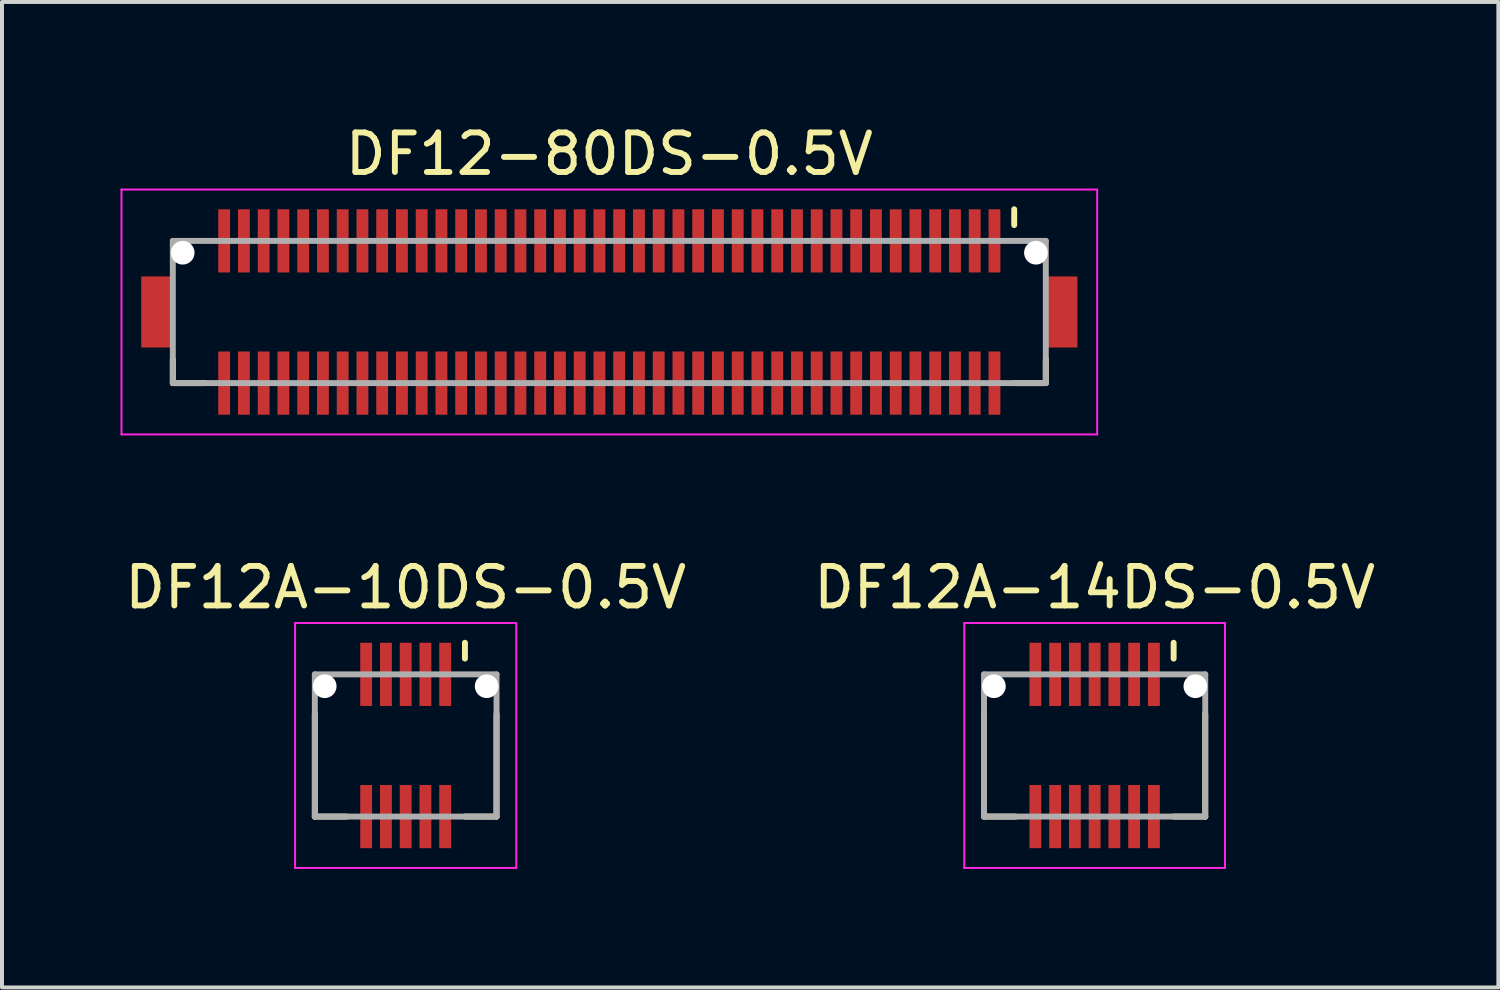
<source format=kicad_pcb>
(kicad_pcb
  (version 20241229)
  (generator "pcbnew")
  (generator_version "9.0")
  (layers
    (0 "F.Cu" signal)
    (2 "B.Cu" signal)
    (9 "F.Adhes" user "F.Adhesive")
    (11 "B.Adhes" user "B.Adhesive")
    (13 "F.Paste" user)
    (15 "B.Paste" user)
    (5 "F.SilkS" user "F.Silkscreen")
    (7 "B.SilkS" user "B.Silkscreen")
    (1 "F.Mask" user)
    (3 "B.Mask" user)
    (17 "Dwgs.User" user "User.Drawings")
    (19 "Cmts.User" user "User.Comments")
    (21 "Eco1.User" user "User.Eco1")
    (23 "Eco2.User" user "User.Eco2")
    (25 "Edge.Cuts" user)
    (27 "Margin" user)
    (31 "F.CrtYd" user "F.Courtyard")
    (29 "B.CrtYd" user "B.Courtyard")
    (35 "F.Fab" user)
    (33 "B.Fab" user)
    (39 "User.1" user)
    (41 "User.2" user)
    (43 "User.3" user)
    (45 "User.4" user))
  (footprint "DF12A-10DS-0.5V"
    (layer "F.Cu")
    (at 7.22 15.822)
    (property "Reference" "DF12A-10DS-0.5V" (at 0 -4 0) (layer "F.SilkS") (effects (font (size 1 1) (thickness 0.15))))
    (attr smd)
    (fp_line (start -2.3 -0.8) (end -2.3 1.8) (stroke (width 0.15) (type solid)) (layer "F.SilkS"))
    (fp_line (start -2.3 1.8) (end -1.5 1.8) (stroke (width 0.15) (type solid)) (layer "F.SilkS"))
    (fp_line (start 1.5 -2.6) (end 1.5 -2.2) (stroke (width 0.15) (type solid)) (layer "F.SilkS"))
    (fp_line (start 1.5 1.8) (end 2.3 1.8) (stroke (width 0.15) (type solid)) (layer "F.SilkS"))
    (fp_line (start 2.3 -0.8) (end 2.3 1.8) (stroke (width 0.15) (type solid)) (layer "F.SilkS"))
    (fp_line (start -2.8 -3.1) (end -2.8 3.1) (stroke (width 0.05) (type solid)) (layer "F.CrtYd"))
    (fp_line (start -2.8 -3.1) (end 2.8 -3.1) (stroke (width 0.05) (type solid)) (layer "F.CrtYd"))
    (fp_line (start -2.8 3.1) (end 2.8 3.1) (stroke (width 0.05) (type solid)) (layer "F.CrtYd"))
    (fp_line (start 2.8 -3.1) (end 2.8 3.1) (stroke (width 0.05) (type solid)) (layer "F.CrtYd"))
    (fp_line (start -2.3 -1.8) (end -2.3 1.8) (stroke (width 0.15) (type solid)) (layer "F.Fab"))
    (fp_line (start -2.3 -1.8) (end 2.3 -1.8) (stroke (width 0.15) (type solid)) (layer "F.Fab"))
    (fp_line (start -2.3 1.8) (end 2.3 1.8) (stroke (width 0.15) (type solid)) (layer "F.Fab"))
    (fp_line (start 2.3 -1.8) (end 2.3 1.8) (stroke (width 0.15) (type solid)) (layer "F.Fab"))
    (pad "" np_thru_hole circle (at -2.05 -1.5) (size 0.6 0.6) (drill 0.6) (layers "*.Cu" "*.Mask"))
    (pad "" np_thru_hole circle (at 2.05 -1.5) (size 0.6 0.6) (drill 0.6) (layers "*.Cu" "*.Mask"))
    (pad "1" smd rect (at 1 -1.8) (size 0.3 1.6) (layers "F.Cu" "F.Mask" "F.Paste"))
    (pad "2" smd rect (at 1 1.8) (size 0.3 1.6) (layers "F.Cu" "F.Mask" "F.Paste"))
    (pad "3" smd rect (at 0.5 -1.8) (size 0.3 1.6) (layers "F.Cu" "F.Mask" "F.Paste"))
    (pad "4" smd rect (at 0.5 1.8) (size 0.3 1.6) (layers "F.Cu" "F.Mask" "F.Paste"))
    (pad "5" smd rect (at 0 -1.8) (size 0.3 1.6) (layers "F.Cu" "F.Mask" "F.Paste"))
    (pad "6" smd rect (at 0 1.8) (size 0.3 1.6) (layers "F.Cu" "F.Mask" "F.Paste"))
    (pad "7" smd rect (at -0.5 -1.8) (size 0.3 1.6) (layers "F.Cu" "F.Mask" "F.Paste"))
    (pad "8" smd rect (at -0.5 1.8) (size 0.3 1.6) (layers "F.Cu" "F.Mask" "F.Paste"))
    (pad "9" smd rect (at -1 -1.8) (size 0.3 1.6) (layers "F.Cu" "F.Mask" "F.Paste"))
    (pad "10" smd rect (at -1 1.8) (size 0.3 1.6) (layers "F.Cu" "F.Mask" "F.Paste")))
  (footprint "DF12-80DS-0.5V"
    (layer "F.Cu")
    (at 12.375 4.848)
    (property "Reference" "DF12-80DS-0.5V" (at 0 -4 0) (layer "F.SilkS") (effects (font (size 1 1) (thickness 0.15))))
    (attr smd)
    (fp_line (start -11.05 1.2) (end -11.05 1.8) (stroke (width 0.15) (type solid)) (layer "F.SilkS"))
    (fp_line (start -11.05 1.8) (end -10.25 1.8) (stroke (width 0.15) (type solid)) (layer "F.SilkS"))
    (fp_line (start 10.25 -2.6) (end 10.25 -2.2) (stroke (width 0.15) (type solid)) (layer "F.SilkS"))
    (fp_line (start 10.25 1.8) (end 11.05 1.8) (stroke (width 0.15) (type solid)) (layer "F.SilkS"))
    (fp_line (start 11.05 1.2) (end 11.05 1.8) (stroke (width 0.15) (type solid)) (layer "F.SilkS"))
    (fp_line (start -12.35 -3.1) (end -12.35 3.1) (stroke (width 0.05) (type solid)) (layer "F.CrtYd"))
    (fp_line (start -12.35 -3.1) (end 12.35 -3.1) (stroke (width 0.05) (type solid)) (layer "F.CrtYd"))
    (fp_line (start -12.35 3.1) (end 12.35 3.1) (stroke (width 0.05) (type solid)) (layer "F.CrtYd"))
    (fp_line (start 12.35 -3.1) (end 12.35 3.1) (stroke (width 0.05) (type solid)) (layer "F.CrtYd"))
    (fp_line (start -11.05 -1.8) (end -11.05 1.8) (stroke (width 0.15) (type solid)) (layer "F.Fab"))
    (fp_line (start -11.05 -1.8) (end 11.05 -1.8) (stroke (width 0.15) (type solid)) (layer "F.Fab"))
    (fp_line (start -11.05 1.8) (end 11.05 1.8) (stroke (width 0.15) (type solid)) (layer "F.Fab"))
    (fp_line (start 11.05 -1.8) (end 11.05 1.8) (stroke (width 0.15) (type solid)) (layer "F.Fab"))
    (pad "" np_thru_hole circle (at -10.8 -1.5) (size 0.6 0.6) (drill 0.6) (layers "*.Cu" "*.Mask"))
    (pad "" np_thru_hole circle (at 10.8 -1.5) (size 0.6 0.6) (drill 0.6) (layers "*.Cu" "*.Mask"))
    (pad "1" smd rect (at 9.75 -1.8) (size 0.3 1.6) (layers "F.Cu" "F.Mask" "F.Paste"))
    (pad "2" smd rect (at 9.75 1.8) (size 0.3 1.6) (layers "F.Cu" "F.Mask" "F.Paste"))
    (pad "3" smd rect (at 9.25 -1.8) (size 0.3 1.6) (layers "F.Cu" "F.Mask" "F.Paste"))
    (pad "4" smd rect (at 9.25 1.8) (size 0.3 1.6) (layers "F.Cu" "F.Mask" "F.Paste"))
    (pad "5" smd rect (at 8.75 -1.8) (size 0.3 1.6) (layers "F.Cu" "F.Mask" "F.Paste"))
    (pad "6" smd rect (at 8.75 1.8) (size 0.3 1.6) (layers "F.Cu" "F.Mask" "F.Paste"))
    (pad "7" smd rect (at 8.25 -1.8) (size 0.3 1.6) (layers "F.Cu" "F.Mask" "F.Paste"))
    (pad "8" smd rect (at 8.25 1.8) (size 0.3 1.6) (layers "F.Cu" "F.Mask" "F.Paste"))
    (pad "9" smd rect (at 7.75 -1.8) (size 0.3 1.6) (layers "F.Cu" "F.Mask" "F.Paste"))
    (pad "10" smd rect (at 7.75 1.8) (size 0.3 1.6) (layers "F.Cu" "F.Mask" "F.Paste"))
    (pad "11" smd rect (at 7.25 -1.8) (size 0.3 1.6) (layers "F.Cu" "F.Mask" "F.Paste"))
    (pad "12" smd rect (at 7.25 1.8) (size 0.3 1.6) (layers "F.Cu" "F.Mask" "F.Paste"))
    (pad "13" smd rect (at 6.75 -1.8) (size 0.3 1.6) (layers "F.Cu" "F.Mask" "F.Paste"))
    (pad "14" smd rect (at 6.75 1.8) (size 0.3 1.6) (layers "F.Cu" "F.Mask" "F.Paste"))
    (pad "15" smd rect (at 6.25 -1.8) (size 0.3 1.6) (layers "F.Cu" "F.Mask" "F.Paste"))
    (pad "16" smd rect (at 6.25 1.8) (size 0.3 1.6) (layers "F.Cu" "F.Mask" "F.Paste"))
    (pad "17" smd rect (at 5.75 -1.8) (size 0.3 1.6) (layers "F.Cu" "F.Mask" "F.Paste"))
    (pad "18" smd rect (at 5.75 1.8) (size 0.3 1.6) (layers "F.Cu" "F.Mask" "F.Paste"))
    (pad "19" smd rect (at 5.25 -1.8) (size 0.3 1.6) (layers "F.Cu" "F.Mask" "F.Paste"))
    (pad "20" smd rect (at 5.25 1.8) (size 0.3 1.6) (layers "F.Cu" "F.Mask" "F.Paste"))
    (pad "21" smd rect (at 4.75 -1.8) (size 0.3 1.6) (layers "F.Cu" "F.Mask" "F.Paste"))
    (pad "22" smd rect (at 4.75 1.8) (size 0.3 1.6) (layers "F.Cu" "F.Mask" "F.Paste"))
    (pad "23" smd rect (at 4.25 -1.8) (size 0.3 1.6) (layers "F.Cu" "F.Mask" "F.Paste"))
    (pad "24" smd rect (at 4.25 1.8) (size 0.3 1.6) (layers "F.Cu" "F.Mask" "F.Paste"))
    (pad "25" smd rect (at 3.75 -1.8) (size 0.3 1.6) (layers "F.Cu" "F.Mask" "F.Paste"))
    (pad "26" smd rect (at 3.75 1.8) (size 0.3 1.6) (layers "F.Cu" "F.Mask" "F.Paste"))
    (pad "27" smd rect (at 3.25 -1.8) (size 0.3 1.6) (layers "F.Cu" "F.Mask" "F.Paste"))
    (pad "28" smd rect (at 3.25 1.8) (size 0.3 1.6) (layers "F.Cu" "F.Mask" "F.Paste"))
    (pad "29" smd rect (at 2.75 -1.8) (size 0.3 1.6) (layers "F.Cu" "F.Mask" "F.Paste"))
    (pad "30" smd rect (at 2.75 1.8) (size 0.3 1.6) (layers "F.Cu" "F.Mask" "F.Paste"))
    (pad "31" smd rect (at 2.25 -1.8) (size 0.3 1.6) (layers "F.Cu" "F.Mask" "F.Paste"))
    (pad "32" smd rect (at 2.25 1.8) (size 0.3 1.6) (layers "F.Cu" "F.Mask" "F.Paste"))
    (pad "33" smd rect (at 1.75 -1.8) (size 0.3 1.6) (layers "F.Cu" "F.Mask" "F.Paste"))
    (pad "34" smd rect (at 1.75 1.8) (size 0.3 1.6) (layers "F.Cu" "F.Mask" "F.Paste"))
    (pad "35" smd rect (at 1.25 -1.8) (size 0.3 1.6) (layers "F.Cu" "F.Mask" "F.Paste"))
    (pad "36" smd rect (at 1.25 1.8) (size 0.3 1.6) (layers "F.Cu" "F.Mask" "F.Paste"))
    (pad "37" smd rect (at 0.75 -1.8) (size 0.3 1.6) (layers "F.Cu" "F.Mask" "F.Paste"))
    (pad "38" smd rect (at 0.75 1.8) (size 0.3 1.6) (layers "F.Cu" "F.Mask" "F.Paste"))
    (pad "39" smd rect (at 0.25 -1.8) (size 0.3 1.6) (layers "F.Cu" "F.Mask" "F.Paste"))
    (pad "40" smd rect (at 0.25 1.8) (size 0.3 1.6) (layers "F.Cu" "F.Mask" "F.Paste"))
    (pad "41" smd rect (at -0.25 -1.8) (size 0.3 1.6) (layers "F.Cu" "F.Mask" "F.Paste"))
    (pad "42" smd rect (at -0.25 1.8) (size 0.3 1.6) (layers "F.Cu" "F.Mask" "F.Paste"))
    (pad "43" smd rect (at -0.75 -1.8) (size 0.3 1.6) (layers "F.Cu" "F.Mask" "F.Paste"))
    (pad "44" smd rect (at -0.75 1.8) (size 0.3 1.6) (layers "F.Cu" "F.Mask" "F.Paste"))
    (pad "45" smd rect (at -1.25 -1.8) (size 0.3 1.6) (layers "F.Cu" "F.Mask" "F.Paste"))
    (pad "46" smd rect (at -1.25 1.8) (size 0.3 1.6) (layers "F.Cu" "F.Mask" "F.Paste"))
    (pad "47" smd rect (at -1.75 -1.8) (size 0.3 1.6) (layers "F.Cu" "F.Mask" "F.Paste"))
    (pad "48" smd rect (at -1.75 1.8) (size 0.3 1.6) (layers "F.Cu" "F.Mask" "F.Paste"))
    (pad "49" smd rect (at -2.25 -1.8) (size 0.3 1.6) (layers "F.Cu" "F.Mask" "F.Paste"))
    (pad "50" smd rect (at -2.25 1.8) (size 0.3 1.6) (layers "F.Cu" "F.Mask" "F.Paste"))
    (pad "51" smd rect (at -2.75 -1.8) (size 0.3 1.6) (layers "F.Cu" "F.Mask" "F.Paste"))
    (pad "52" smd rect (at -2.75 1.8) (size 0.3 1.6) (layers "F.Cu" "F.Mask" "F.Paste"))
    (pad "53" smd rect (at -3.25 -1.8) (size 0.3 1.6) (layers "F.Cu" "F.Mask" "F.Paste"))
    (pad "54" smd rect (at -3.25 1.8) (size 0.3 1.6) (layers "F.Cu" "F.Mask" "F.Paste"))
    (pad "55" smd rect (at -3.75 -1.8) (size 0.3 1.6) (layers "F.Cu" "F.Mask" "F.Paste"))
    (pad "56" smd rect (at -3.75 1.8) (size 0.3 1.6) (layers "F.Cu" "F.Mask" "F.Paste"))
    (pad "57" smd rect (at -4.25 -1.8) (size 0.3 1.6) (layers "F.Cu" "F.Mask" "F.Paste"))
    (pad "58" smd rect (at -4.25 1.8) (size 0.3 1.6) (layers "F.Cu" "F.Mask" "F.Paste"))
    (pad "59" smd rect (at -4.75 -1.8) (size 0.3 1.6) (layers "F.Cu" "F.Mask" "F.Paste"))
    (pad "60" smd rect (at -4.75 1.8) (size 0.3 1.6) (layers "F.Cu" "F.Mask" "F.Paste"))
    (pad "61" smd rect (at -5.25 -1.8) (size 0.3 1.6) (layers "F.Cu" "F.Mask" "F.Paste"))
    (pad "62" smd rect (at -5.25 1.8) (size 0.3 1.6) (layers "F.Cu" "F.Mask" "F.Paste"))
    (pad "63" smd rect (at -5.75 -1.8) (size 0.3 1.6) (layers "F.Cu" "F.Mask" "F.Paste"))
    (pad "64" smd rect (at -5.75 1.8) (size 0.3 1.6) (layers "F.Cu" "F.Mask" "F.Paste"))
    (pad "65" smd rect (at -6.25 -1.8) (size 0.3 1.6) (layers "F.Cu" "F.Mask" "F.Paste"))
    (pad "66" smd rect (at -6.25 1.8) (size 0.3 1.6) (layers "F.Cu" "F.Mask" "F.Paste"))
    (pad "67" smd rect (at -6.75 -1.8) (size 0.3 1.6) (layers "F.Cu" "F.Mask" "F.Paste"))
    (pad "68" smd rect (at -6.75 1.8) (size 0.3 1.6) (layers "F.Cu" "F.Mask" "F.Paste"))
    (pad "69" smd rect (at -7.25 -1.8) (size 0.3 1.6) (layers "F.Cu" "F.Mask" "F.Paste"))
    (pad "70" smd rect (at -7.25 1.8) (size 0.3 1.6) (layers "F.Cu" "F.Mask" "F.Paste"))
    (pad "71" smd rect (at -7.75 -1.8) (size 0.3 1.6) (layers "F.Cu" "F.Mask" "F.Paste"))
    (pad "72" smd rect (at -7.75 1.8) (size 0.3 1.6) (layers "F.Cu" "F.Mask" "F.Paste"))
    (pad "73" smd rect (at -8.25 -1.8) (size 0.3 1.6) (layers "F.Cu" "F.Mask" "F.Paste"))
    (pad "74" smd rect (at -8.25 1.8) (size 0.3 1.6) (layers "F.Cu" "F.Mask" "F.Paste"))
    (pad "75" smd rect (at -8.75 -1.8) (size 0.3 1.6) (layers "F.Cu" "F.Mask" "F.Paste"))
    (pad "76" smd rect (at -8.75 1.8) (size 0.3 1.6) (layers "F.Cu" "F.Mask" "F.Paste"))
    (pad "77" smd rect (at -9.25 -1.8) (size 0.3 1.6) (layers "F.Cu" "F.Mask" "F.Paste"))
    (pad "78" smd rect (at -9.25 1.8) (size 0.3 1.6) (layers "F.Cu" "F.Mask" "F.Paste"))
    (pad "79" smd rect (at -9.75 -1.8) (size 0.3 1.6) (layers "F.Cu" "F.Mask" "F.Paste"))
    (pad "80" smd rect (at -9.75 1.8) (size 0.3 1.6) (layers "F.Cu" "F.Mask" "F.Paste"))
    (pad "S" smd rect (at -11.45 0) (size 0.8 1.8) (layers "F.Cu" "F.Mask" "F.Paste"))
    (pad "S" smd rect (at 11.45 0) (size 0.8 1.8) (layers "F.Cu" "F.Mask" "F.Paste")))
  (footprint "DF12A-14DS-0.5V"
    (layer "F.Cu")
    (at 24.661 15.822)
    (property "Reference" "DF12A-14DS-0.5V" (at 0 -4 0) (layer "F.SilkS") (effects (font (size 1 1) (thickness 0.15))))
    (attr smd)
    (fp_line (start -2.8 -0.8) (end -2.8 1.8) (stroke (width 0.15) (type solid)) (layer "F.SilkS"))
    (fp_line (start -2.8 1.8) (end -2 1.8) (stroke (width 0.15) (type solid)) (layer "F.SilkS"))
    (fp_line (start 2 -2.6) (end 2 -2.2) (stroke (width 0.15) (type solid)) (layer "F.SilkS"))
    (fp_line (start 2 1.8) (end 2.8 1.8) (stroke (width 0.15) (type solid)) (layer "F.SilkS"))
    (fp_line (start 2.8 -0.8) (end 2.8 1.8) (stroke (width 0.15) (type solid)) (layer "F.SilkS"))
    (fp_line (start -3.3 -3.1) (end -3.3 3.1) (stroke (width 0.05) (type solid)) (layer "F.CrtYd"))
    (fp_line (start -3.3 -3.1) (end 3.3 -3.1) (stroke (width 0.05) (type solid)) (layer "F.CrtYd"))
    (fp_line (start -3.3 3.1) (end 3.3 3.1) (stroke (width 0.05) (type solid)) (layer "F.CrtYd"))
    (fp_line (start 3.3 -3.1) (end 3.3 3.1) (stroke (width 0.05) (type solid)) (layer "F.CrtYd"))
    (fp_line (start -2.8 -1.8) (end -2.8 1.8) (stroke (width 0.15) (type solid)) (layer "F.Fab"))
    (fp_line (start -2.8 -1.8) (end 2.8 -1.8) (stroke (width 0.15) (type solid)) (layer "F.Fab"))
    (fp_line (start -2.8 1.8) (end 2.8 1.8) (stroke (width 0.15) (type solid)) (layer "F.Fab"))
    (fp_line (start 2.8 -1.8) (end 2.8 1.8) (stroke (width 0.15) (type solid)) (layer "F.Fab"))
    (pad "" np_thru_hole circle (at -2.55 -1.5) (size 0.6 0.6) (drill 0.6) (layers "*.Cu" "*.Mask"))
    (pad "" np_thru_hole circle (at 2.55 -1.5) (size 0.6 0.6) (drill 0.6) (layers "*.Cu" "*.Mask"))
    (pad "1" smd rect (at 1.5 -1.8) (size 0.3 1.6) (layers "F.Cu" "F.Mask" "F.Paste"))
    (pad "2" smd rect (at 1.5 1.8) (size 0.3 1.6) (layers "F.Cu" "F.Mask" "F.Paste"))
    (pad "3" smd rect (at 1 -1.8) (size 0.3 1.6) (layers "F.Cu" "F.Mask" "F.Paste"))
    (pad "4" smd rect (at 1 1.8) (size 0.3 1.6) (layers "F.Cu" "F.Mask" "F.Paste"))
    (pad "5" smd rect (at 0.5 -1.8) (size 0.3 1.6) (layers "F.Cu" "F.Mask" "F.Paste"))
    (pad "6" smd rect (at 0.5 1.8) (size 0.3 1.6) (layers "F.Cu" "F.Mask" "F.Paste"))
    (pad "7" smd rect (at 0 -1.8) (size 0.3 1.6) (layers "F.Cu" "F.Mask" "F.Paste"))
    (pad "8" smd rect (at 0 1.8) (size 0.3 1.6) (layers "F.Cu" "F.Mask" "F.Paste"))
    (pad "9" smd rect (at -0.5 -1.8) (size 0.3 1.6) (layers "F.Cu" "F.Mask" "F.Paste"))
    (pad "10" smd rect (at -0.5 1.8) (size 0.3 1.6) (layers "F.Cu" "F.Mask" "F.Paste"))
    (pad "11" smd rect (at -1 -1.8) (size 0.3 1.6) (layers "F.Cu" "F.Mask" "F.Paste"))
    (pad "12" smd rect (at -1 1.8) (size 0.3 1.6) (layers "F.Cu" "F.Mask" "F.Paste"))
    (pad "13" smd rect (at -1.5 -1.8) (size 0.3 1.6) (layers "F.Cu" "F.Mask" "F.Paste"))
    (pad "14" smd rect (at -1.5 1.8) (size 0.3 1.6) (layers "F.Cu" "F.Mask" "F.Paste")))
  (gr_rect
    (start -3 -3)
    (end 34.881 21.947)
    (stroke (width 0.1) (type default))
    (fill no)
    (layer "Edge.Cuts")))
</source>
